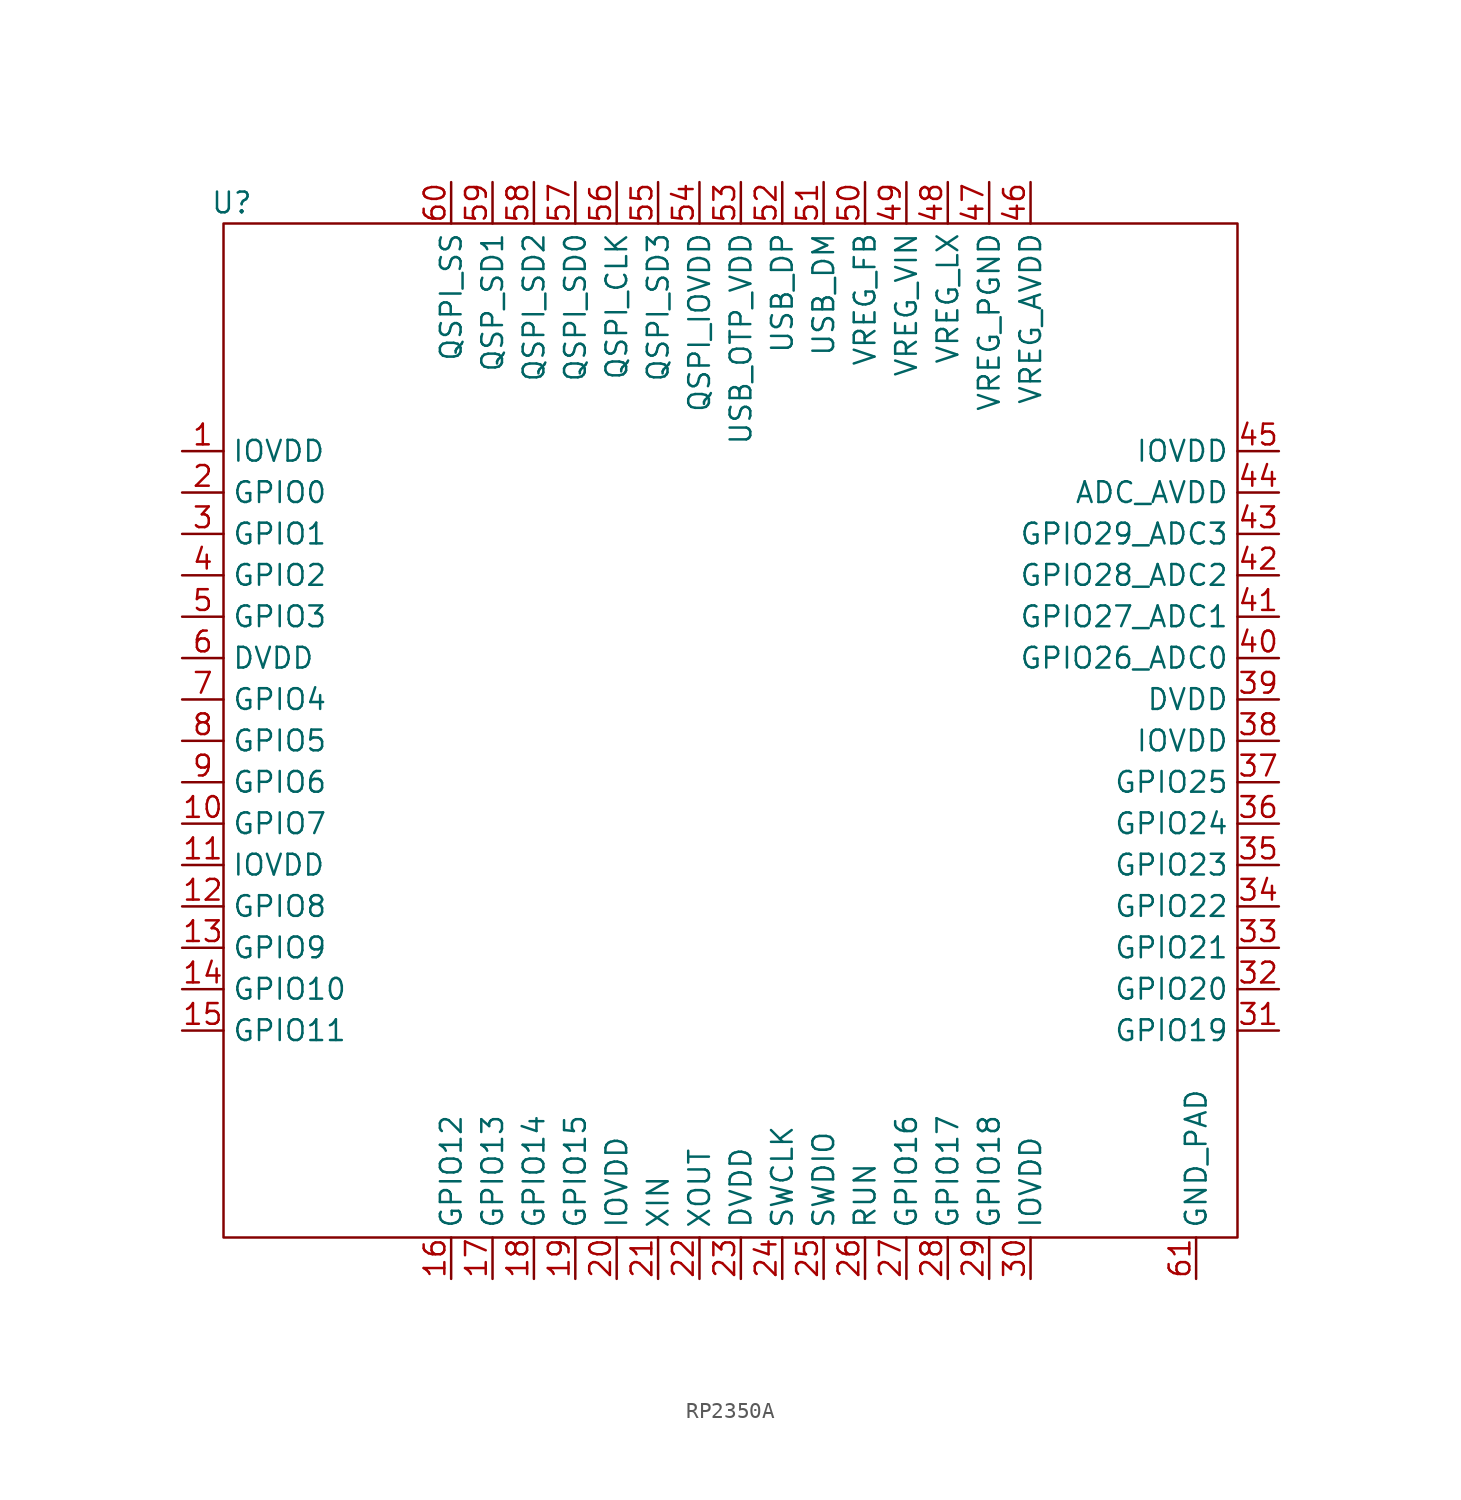
<source format=kicad_sym>
(kicad_symbol_lib
  (version 20241209)
  (generator "kicad_symbol_editor")
  (generator_version "9.0")
  (symbol "RP2350A"
    (property "Reference" "U"
      (at -31.242 33.02 0)
      (effects (font (size 1.27 1.27))))
    (property "Value" ""
      (at 0 0 0)
      (effects (font (size 1.27 1.27))))
    (symbol "RP2350A_0_1"
      (rectangle (start -31.75 31.75) (end 30.48 -30.48) (stroke (width 0) (type default)) (fill (type none))))
    (symbol "RP2350A_1_0"
      (pin input line (at -34.29 7.62 0) (length 2.54) (name "GPIO3" (effects (font (size 1.27 1.27)))) (number "5" (effects (font (size 1.27 1.27)))))
      (pin input line (at -34.29 5.08 0) (length 2.54) (name "DVDD" (effects (font (size 1.27 1.27)))) (number "6" (effects (font (size 1.27 1.27)))))
      (pin input line (at -34.29 2.54 0) (length 2.54) (name "GPIO4" (effects (font (size 1.27 1.27)))) (number "7" (effects (font (size 1.27 1.27)))))
      (pin input line (at -34.29 0 0) (length 2.54) (name "GPIO5" (effects (font (size 1.27 1.27)))) (number "8" (effects (font (size 1.27 1.27)))))
      (pin input line (at -34.29 -2.54 0) (length 2.54) (name "GPIO6" (effects (font (size 1.27 1.27)))) (number "9" (effects (font (size 1.27 1.27)))))
      (pin input line (at -34.29 -5.08 0) (length 2.54) (name "GPIO7" (effects (font (size 1.27 1.27)))) (number "10" (effects (font (size 1.27 1.27)))))
      (pin input line (at -34.29 -7.62 0) (length 2.54) (name "IOVDD" (effects (font (size 1.27 1.27)))) (number "11" (effects (font (size 1.27 1.27)))))
      (pin input line (at -34.29 -10.16 0) (length 2.54) (name "GPIO8" (effects (font (size 1.27 1.27)))) (number "12" (effects (font (size 1.27 1.27)))))
      (pin input line (at -34.29 -12.7 0) (length 2.54) (name "GPIO9" (effects (font (size 1.27 1.27)))) (number "13" (effects (font (size 1.27 1.27)))))
      (pin input line (at -34.29 -15.24 0) (length 2.54) (name "GPIO10" (effects (font (size 1.27 1.27)))) (number "14" (effects (font (size 1.27 1.27)))))
      (pin input line (at -34.29 -17.78 0) (length 2.54) (name "GPIO11" (effects (font (size 1.27 1.27)))) (number "15" (effects (font (size 1.27 1.27)))))
      (pin input line (at -17.78 34.29 270) (length 2.54) (name "QSPI_SS" (effects (font (size 1.27 1.27)))) (number "60" (effects (font (size 1.27 1.27)))))
      (pin input line (at -15.24 34.29 270) (length 2.54) (name "QSP_SD1" (effects (font (size 1.27 1.27)))) (number "59" (effects (font (size 1.27 1.27)))))
      (pin input line (at -15.24 -33.02 90) (length 2.54) (name "GPIO13" (effects (font (size 1.27 1.27)))) (number "17" (effects (font (size 1.27 1.27)))))
      (pin input line (at -12.7 34.29 270) (length 2.54) (name "QSPI_SD2" (effects (font (size 1.27 1.27)))) (number "58" (effects (font (size 1.27 1.27)))))
      (pin input line (at -12.7 -33.02 90) (length 2.54) (name "GPIO14" (effects (font (size 1.27 1.27)))) (number "18" (effects (font (size 1.27 1.27)))))
      (pin input line (at -10.16 34.29 270) (length 2.54) (name "QSPI_SD0" (effects (font (size 1.27 1.27)))) (number "57" (effects (font (size 1.27 1.27)))))
      (pin input line (at -10.16 -33.02 90) (length 2.54) (name "GPIO15" (effects (font (size 1.27 1.27)))) (number "19" (effects (font (size 1.27 1.27)))))
      (pin input line (at -7.62 34.29 270) (length 2.54) (name "QSPI_CLK" (effects (font (size 1.27 1.27)))) (number "56" (effects (font (size 1.27 1.27)))))
      (pin input line (at -7.62 -33.02 90) (length 2.54) (name "IOVDD" (effects (font (size 1.27 1.27)))) (number "20" (effects (font (size 1.27 1.27)))))
      (pin input line (at -5.08 34.29 270) (length 2.54) (name "QSPI_SD3" (effects (font (size 1.27 1.27)))) (number "55" (effects (font (size 1.27 1.27)))))
      (pin input line (at -5.08 -33.02 90) (length 2.54) (name "XIN" (effects (font (size 1.27 1.27)))) (number "21" (effects (font (size 1.27 1.27)))))
      (pin input line (at -2.54 34.29 270) (length 2.54) (name "QSPI_IOVDD" (effects (font (size 1.27 1.27)))) (number "54" (effects (font (size 1.27 1.27)))))
      (pin input line (at -2.54 -33.02 90) (length 2.54) (name "XOUT" (effects (font (size 1.27 1.27)))) (number "22" (effects (font (size 1.27 1.27)))))
      (pin input line (at 0 34.29 270) (length 2.54) (name "USB_OTP_VDD" (effects (font (size 1.27 1.27)))) (number "53" (effects (font (size 1.27 1.27)))))
      (pin input line (at 0 -33.02 90) (length 2.54) (name "DVDD" (effects (font (size 1.27 1.27)))) (number "23" (effects (font (size 1.27 1.27)))))
      (pin input line (at 2.54 34.29 270) (length 2.54) (name "USB_DP" (effects (font (size 1.27 1.27)))) (number "52" (effects (font (size 1.27 1.27)))))
      (pin input line (at 2.54 -33.02 90) (length 2.54) (name "SWCLK" (effects (font (size 1.27 1.27)))) (number "24" (effects (font (size 1.27 1.27)))))
      (pin input line (at 5.08 34.29 270) (length 2.54) (name "USB_DM" (effects (font (size 1.27 1.27)))) (number "51" (effects (font (size 1.27 1.27)))))
      (pin input line (at 5.08 -33.02 90) (length 2.54) (name "SWDIO" (effects (font (size 1.27 1.27)))) (number "25" (effects (font (size 1.27 1.27)))))
      (pin input line (at 7.62 34.29 270) (length 2.54) (name "VREG_FB" (effects (font (size 1.27 1.27)))) (number "50" (effects (font (size 1.27 1.27)))))
      (pin input line (at 7.62 -33.02 90) (length 2.54) (name "RUN" (effects (font (size 1.27 1.27)))) (number "26" (effects (font (size 1.27 1.27)))))
      (pin input line (at 10.16 34.29 270) (length 2.54) (name "VREG_VIN" (effects (font (size 1.27 1.27)))) (number "49" (effects (font (size 1.27 1.27)))))
      (pin input line (at 10.16 -33.02 90) (length 2.54) (name "GPIO16" (effects (font (size 1.27 1.27)))) (number "27" (effects (font (size 1.27 1.27)))))
      (pin input line (at 12.7 34.29 270) (length 2.54) (name "VREG_LX" (effects (font (size 1.27 1.27)))) (number "48" (effects (font (size 1.27 1.27)))))
      (pin input line (at 12.7 -33.02 90) (length 2.54) (name "GPIO17" (effects (font (size 1.27 1.27)))) (number "28" (effects (font (size 1.27 1.27)))))
      (pin input line (at 15.24 34.29 270) (length 2.54) (name "VREG_PGND" (effects (font (size 1.27 1.27)))) (number "47" (effects (font (size 1.27 1.27)))))
      (pin input line (at 15.24 -33.02 90) (length 2.54) (name "GPIO18" (effects (font (size 1.27 1.27)))) (number "29" (effects (font (size 1.27 1.27)))))
      (pin input line (at 17.78 34.29 270) (length 2.54) (name "VREG_AVDD" (effects (font (size 1.27 1.27)))) (number "46" (effects (font (size 1.27 1.27)))))
      (pin input line (at 17.78 -33.02 90) (length 2.54) (name "IOVDD" (effects (font (size 1.27 1.27)))) (number "30" (effects (font (size 1.27 1.27)))))
      (pin input line (at 27.94 -33.02 90) (length 2.54) (name "GND_PAD" (effects (font (size 1.27 1.27)))) (number "61" (effects (font (size 1.27 1.27)))))
      (pin input line (at 33.02 17.78 180) (length 2.54) (name "IOVDD" (effects (font (size 1.27 1.27)))) (number "45" (effects (font (size 1.27 1.27)))))
      (pin input line (at 33.02 15.24 180) (length 2.54) (name "ADC_AVDD" (effects (font (size 1.27 1.27)))) (number "44" (effects (font (size 1.27 1.27)))))
      (pin input line (at 33.02 12.7 180) (length 2.54) (name "GPIO29_ADC3" (effects (font (size 1.27 1.27)))) (number "43" (effects (font (size 1.27 1.27)))))
      (pin input line (at 33.02 10.16 180) (length 2.54) (name "GPIO28_ADC2" (effects (font (size 1.27 1.27)))) (number "42" (effects (font (size 1.27 1.27)))))
      (pin input line (at 33.02 7.62 180) (length 2.54) (name "GPIO27_ADC1" (effects (font (size 1.27 1.27)))) (number "41" (effects (font (size 1.27 1.27)))))
      (pin input line (at 33.02 5.08 180) (length 2.54) (name "GPIO26_ADC0" (effects (font (size 1.27 1.27)))) (number "40" (effects (font (size 1.27 1.27)))))
      (pin input line (at 33.02 2.54 180) (length 2.54) (name "DVDD" (effects (font (size 1.27 1.27)))) (number "39" (effects (font (size 1.27 1.27)))))
      (pin input line (at 33.02 0 180) (length 2.54) (name "IOVDD" (effects (font (size 1.27 1.27)))) (number "38" (effects (font (size 1.27 1.27)))))
      (pin input line (at 33.02 -2.54 180) (length 2.54) (name "GPIO25" (effects (font (size 1.27 1.27)))) (number "37" (effects (font (size 1.27 1.27)))))
      (pin input line (at 33.02 -5.08 180) (length 2.54) (name "GPIO24" (effects (font (size 1.27 1.27)))) (number "36" (effects (font (size 1.27 1.27)))))
      (pin input line (at 33.02 -7.62 180) (length 2.54) (name "GPIO23" (effects (font (size 1.27 1.27)))) (number "35" (effects (font (size 1.27 1.27)))))
      (pin input line (at 33.02 -10.16 180) (length 2.54) (name "GPIO22" (effects (font (size 1.27 1.27)))) (number "34" (effects (font (size 1.27 1.27)))))
      (pin input line (at 33.02 -12.7 180) (length 2.54) (name "GPIO21" (effects (font (size 1.27 1.27)))) (number "33" (effects (font (size 1.27 1.27)))))
      (pin input line (at 33.02 -15.24 180) (length 2.54) (name "GPIO20" (effects (font (size 1.27 1.27)))) (number "32" (effects (font (size 1.27 1.27)))))
      (pin input line (at 33.02 -17.78 180) (length 2.54) (name "GPIO19" (effects (font (size 1.27 1.27)))) (number "31" (effects (font (size 1.27 1.27))))))
    (symbol "RP2350A_1_1"
      (pin input line (at -34.29 17.78 0) (length 2.54) (name "IOVDD" (effects (font (size 1.27 1.27)))) (number "1" (effects (font (size 1.27 1.27)))))
      (pin input line (at -34.29 15.24 0) (length 2.54) (name "GPIO0" (effects (font (size 1.27 1.27)))) (number "2" (effects (font (size 1.27 1.27)))))
      (pin input line (at -34.29 12.7 0) (length 2.54) (name "GPIO1" (effects (font (size 1.27 1.27)))) (number "3" (effects (font (size 1.27 1.27)))))
      (pin input line (at -34.29 10.16 0) (length 2.54) (name "GPIO2" (effects (font (size 1.27 1.27)))) (number "4" (effects (font (size 1.27 1.27)))))
      (pin input line (at -17.78 -33.02 90) (length 2.54) (name "GPIO12" (effects (font (size 1.27 1.27)))) (number "16" (effects (font (size 1.27 1.27))))))))
</source>
